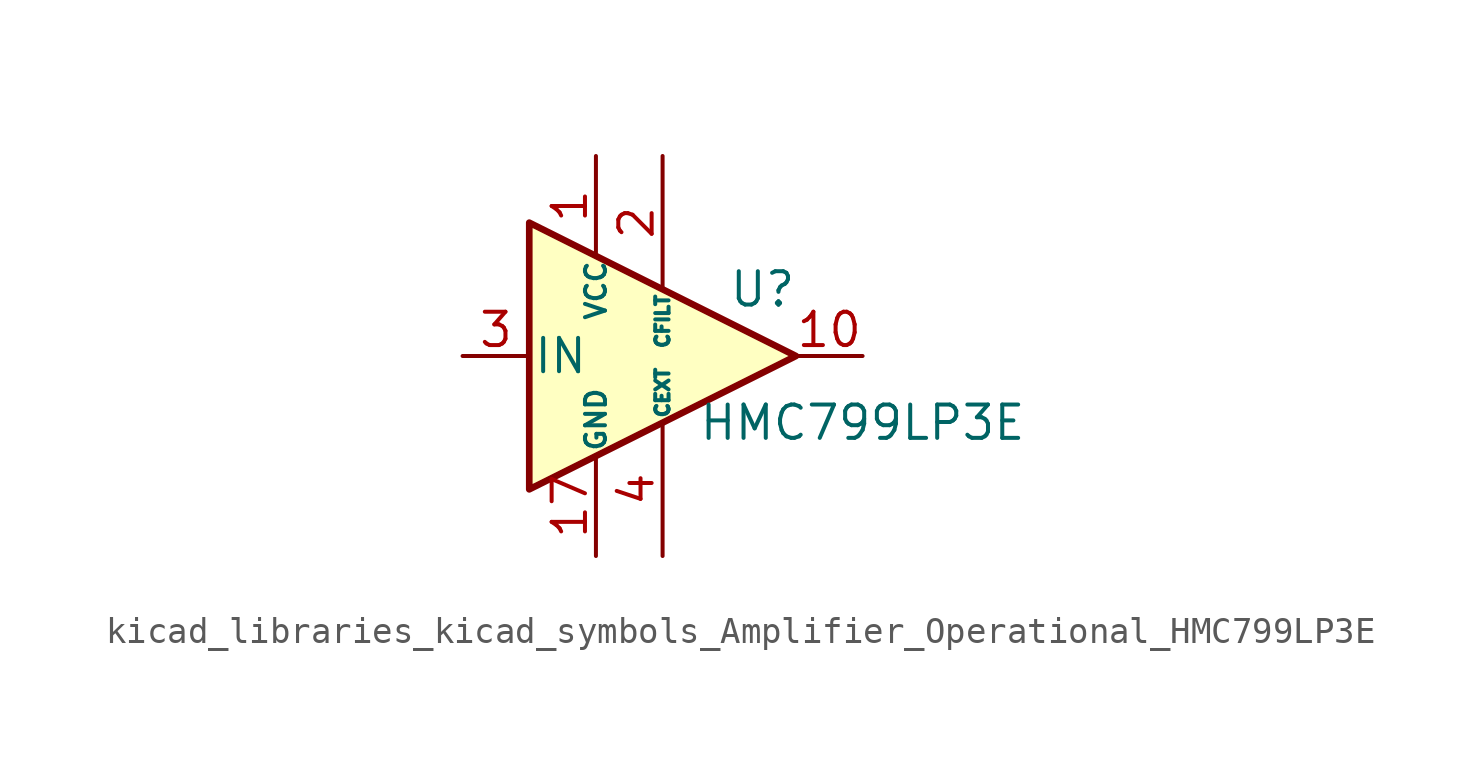
<source format=kicad_sym>
(kicad_symbol_lib
  (version 20220914)
  (generator kicad_symbol_editor)
  (symbol "kicad_libraries_kicad_symbols_Amplifier_Operational_HMC799LP3E"
    (pin_names
      (offset 0.127))
    (property "Reference" "U"
      (at 3.81 2.54 0)
      (effects (font (size 1.27 1.27))))
    (property "Value" "HMC799LP3E"
      (at 7.62 -2.54 0)
      (effects (font (size 1.27 1.27))))
    (symbol "kicad_libraries_kicad_symbols_Amplifier_Operational_HMC799LP3E_0_0"
      (pin no_connect line (at 0 0 90) (length 2.54) hide (name "NC" (effects (font (size 1.27 1.27)))) (number "11" (effects (font (size 1.27 1.27)))))
      (pin passive line (at -2.54 7.62 270) (length 3.81) hide (name "VCC" (effects (font (size 0.762 0.762)))) (number "12" (effects (font (size 1.27 1.27)))))
      (pin no_connect line (at 2.54 0 90) (length 2.54) hide (name "NC" (effects (font (size 1.27 1.27)))) (number "13" (effects (font (size 1.27 1.27)))))
      (pin passive line (at -2.54 7.62 270) (length 3.81) hide (name "VCC" (effects (font (size 0.762 0.762)))) (number "14" (effects (font (size 1.27 1.27)))))
      (pin no_connect line (at -2.54 2.54 0) (length 2.54) hide (name "NC" (effects (font (size 1.27 1.27)))) (number "15" (effects (font (size 1.27 1.27)))))
      (pin no_connect line (at -2.54 -2.54 0) (length 2.54) hide (name "NC" (effects (font (size 1.27 1.27)))) (number "16" (effects (font (size 1.27 1.27)))))
      (pin no_connect line (at -5.08 5.08 0) (length 2.54) hide (name "NC" (effects (font (size 1.27 1.27)))) (number "5" (effects (font (size 1.27 1.27)))))
      (pin no_connect line (at -5.08 2.54 0) (length 2.54) hide (name "NC" (effects (font (size 1.27 1.27)))) (number "6" (effects (font (size 1.27 1.27)))))
      (pin no_connect line (at -5.08 -2.54 0) (length 2.54) hide (name "NC" (effects (font (size 1.27 1.27)))) (number "7" (effects (font (size 1.27 1.27)))))
      (pin no_connect line (at -5.08 -5.08 0) (length 2.54) hide (name "NC" (effects (font (size 1.27 1.27)))) (number "8" (effects (font (size 1.27 1.27)))))
      (pin no_connect line (at -2.54 0 90) (length 2.54) hide (name "NC" (effects (font (size 1.27 1.27)))) (number "9" (effects (font (size 1.27 1.27))))))
    (symbol "kicad_libraries_kicad_symbols_Amplifier_Operational_HMC799LP3E_0_1"
      (polyline (pts (xy 5.08 0) (xy -5.08 5.08) (xy -5.08 -5.08) (xy 5.08 0)) (stroke (width 0.254) (type default)) (fill (type background))))
    (symbol "kicad_libraries_kicad_symbols_Amplifier_Operational_HMC799LP3E_1_1"
      (pin power_in line (at -2.54 7.62 270) (length 3.81) (name "VCC" (effects (font (size 0.762 0.762)))) (number "1" (effects (font (size 1.27 1.27)))))
      (pin output line (at 7.62 0 180) (length 2.54) (name "~" (effects (font (size 1.27 1.27)))) (number "10" (effects (font (size 1.27 1.27)))))
      (pin power_in line (at -2.54 -7.62 90) (length 3.81) (name "GND" (effects (font (size 0.762 0.762)))) (number "17" (effects (font (size 1.27 1.27)))))
      (pin passive line (at 0 7.62 270) (length 5.08) (name "CFILT" (effects (font (size 0.508 0.508)))) (number "2" (effects (font (size 1.27 1.27)))))
      (pin input line (at -7.62 0 0) (length 2.54) (name "IN" (effects (font (size 1.27 1.27)))) (number "3" (effects (font (size 1.27 1.27)))))
      (pin passive line (at 0 -7.62 90) (length 5.08) (name "CEXT" (effects (font (size 0.508 0.508)))) (number "4" (effects (font (size 1.27 1.27))))))))
</source>
